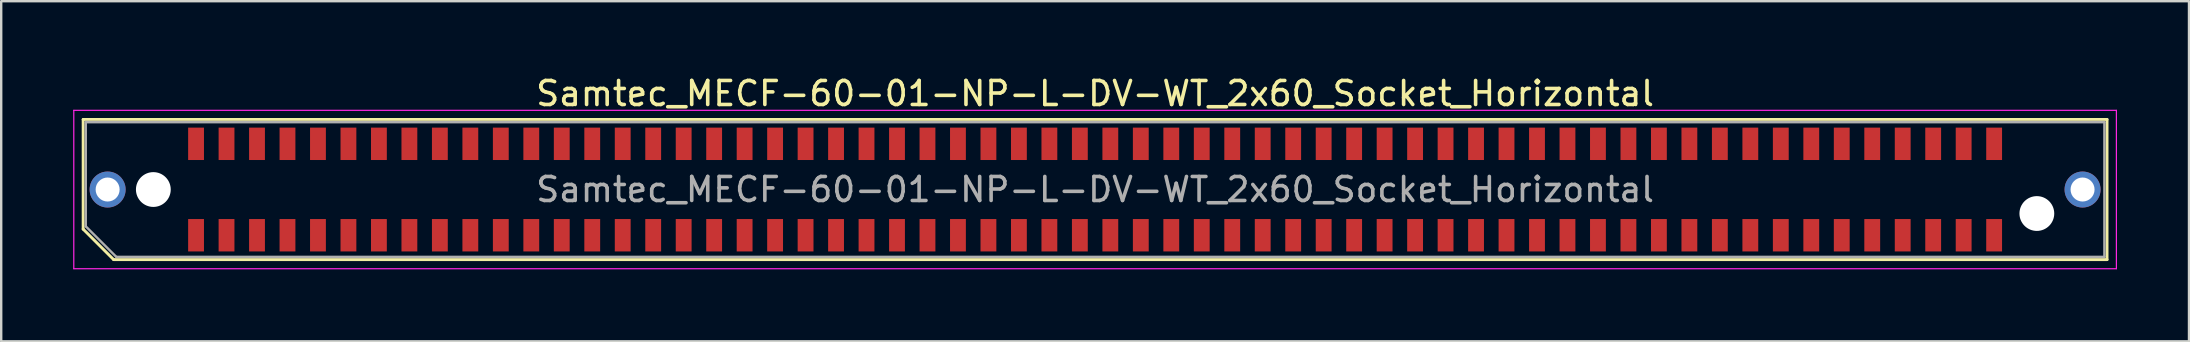
<source format=kicad_pcb>
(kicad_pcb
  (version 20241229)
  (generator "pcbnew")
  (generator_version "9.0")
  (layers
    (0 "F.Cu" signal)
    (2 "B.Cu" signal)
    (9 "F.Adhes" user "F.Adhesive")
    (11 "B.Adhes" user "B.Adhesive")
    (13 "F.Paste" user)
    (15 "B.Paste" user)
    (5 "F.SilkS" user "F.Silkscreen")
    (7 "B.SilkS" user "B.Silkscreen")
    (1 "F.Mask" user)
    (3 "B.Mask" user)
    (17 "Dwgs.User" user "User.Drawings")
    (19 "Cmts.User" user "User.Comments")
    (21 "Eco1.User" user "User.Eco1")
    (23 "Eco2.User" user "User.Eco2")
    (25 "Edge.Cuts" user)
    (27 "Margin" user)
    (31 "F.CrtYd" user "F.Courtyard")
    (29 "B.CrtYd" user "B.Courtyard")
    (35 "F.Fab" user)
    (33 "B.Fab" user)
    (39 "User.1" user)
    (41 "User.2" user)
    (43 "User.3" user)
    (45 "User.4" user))
  (footprint "Samtec_MECF-60-01-NP-L-DV-WT_2x60_Socket_Horizontal"
    (layer "F.Cu")
    (at 42.585 4.848)
    (property "Reference" "Samtec_MECF-60-01-NP-L-DV-WT_2x60_Socket_Horizontal" (at 0 -4 0) (layer "F.SilkS") (effects (font (size 1 1) (thickness 0.15))))
    (attr smd)
    (fp_line (start -42.17 -2.92) (end 42.17 -2.92) (stroke (width 0.12) (type solid)) (layer "F.SilkS"))
    (fp_line (start -42.17 1.65) (end -42.17 -2.92) (stroke (width 0.12) (type solid)) (layer "F.SilkS"))
    (fp_line (start -40.9 2.92) (end -42.17 1.65) (stroke (width 0.12) (type solid)) (layer "F.SilkS"))
    (fp_line (start -40.9 2.92) (end 42.17 2.92) (stroke (width 0.12) (type solid)) (layer "F.SilkS"))
    (fp_line (start 42.17 2.92) (end 42.17 -2.92) (stroke (width 0.12) (type solid)) (layer "F.SilkS"))
    (fp_line (start -42.56 -3.3) (end -42.56 3.3) (stroke (width 0.05) (type solid)) (layer "F.CrtYd"))
    (fp_line (start -42.56 3.3) (end 42.56 3.3) (stroke (width 0.05) (type solid)) (layer "F.CrtYd"))
    (fp_line (start 42.56 -3.3) (end -42.56 -3.3) (stroke (width 0.05) (type solid)) (layer "F.CrtYd"))
    (fp_line (start 42.56 3.3) (end 42.56 -3.3) (stroke (width 0.05) (type solid)) (layer "F.CrtYd"))
    (fp_line (start -42.06 -2.805) (end 42.06 -2.805) (stroke (width 0.1) (type solid)) (layer "F.Fab"))
    (fp_line (start -42.06 1.535) (end -42.06 -2.805) (stroke (width 0.1) (type solid)) (layer "F.Fab"))
    (fp_line (start -42.06 1.535) (end -40.79 2.805) (stroke (width 0.1) (type solid)) (layer "F.Fab"))
    (fp_line (start -40.79 2.805) (end 42.06 2.805) (stroke (width 0.1) (type solid)) (layer "F.Fab"))
    (fp_line (start 42.06 2.805) (end 42.06 -2.805) (stroke (width 0.1) (type solid)) (layer "F.Fab"))
    (fp_text user "${REFERENCE}" (at 0 0 0) (layer "F.Fab") (effects (font (size 1 1) (thickness 0.15))))
    (pad "" thru_hole circle (at -41.15 0) (size 1.5 1.5) (drill 1) (layers "*.Cu" "*.Mask"))
    (pad "" np_thru_hole circle (at -39.245 0) (size 1.45 1.45) (drill 1.45) (layers "*.Cu" "*.Mask"))
    (pad "" np_thru_hole circle (at 39.245 1) (size 1.45 1.45) (drill 1.45) (layers "*.Cu" "*.Mask"))
    (pad "" thru_hole circle (at 41.15 0) (size 1.5 1.5) (drill 1) (layers "*.Cu" "*.Mask"))
    (pad "1" smd rect (at -37.465 1.905) (size 0.66 1.35) (layers "F.Cu" "F.Mask" "F.Paste"))
    (pad "2" smd rect (at -37.465 -1.905) (size 0.66 1.35) (layers "F.Cu" "F.Mask" "F.Paste"))
    (pad "3" smd rect (at -36.195 1.905) (size 0.66 1.35) (layers "F.Cu" "F.Mask" "F.Paste"))
    (pad "4" smd rect (at -36.195 -1.905) (size 0.66 1.35) (layers "F.Cu" "F.Mask" "F.Paste"))
    (pad "5" smd rect (at -34.925 1.905) (size 0.66 1.35) (layers "F.Cu" "F.Mask" "F.Paste"))
    (pad "6" smd rect (at -34.925 -1.905) (size 0.66 1.35) (layers "F.Cu" "F.Mask" "F.Paste"))
    (pad "7" smd rect (at -33.655 1.905) (size 0.66 1.35) (layers "F.Cu" "F.Mask" "F.Paste"))
    (pad "8" smd rect (at -33.655 -1.905) (size 0.66 1.35) (layers "F.Cu" "F.Mask" "F.Paste"))
    (pad "9" smd rect (at -32.385 1.905) (size 0.66 1.35) (layers "F.Cu" "F.Mask" "F.Paste"))
    (pad "10" smd rect (at -32.385 -1.905) (size 0.66 1.35) (layers "F.Cu" "F.Mask" "F.Paste"))
    (pad "11" smd rect (at -31.115 1.905) (size 0.66 1.35) (layers "F.Cu" "F.Mask" "F.Paste"))
    (pad "12" smd rect (at -31.115 -1.905) (size 0.66 1.35) (layers "F.Cu" "F.Mask" "F.Paste"))
    (pad "13" smd rect (at -29.845 1.905) (size 0.66 1.35) (layers "F.Cu" "F.Mask" "F.Paste"))
    (pad "14" smd rect (at -29.845 -1.905) (size 0.66 1.35) (layers "F.Cu" "F.Mask" "F.Paste"))
    (pad "15" smd rect (at -28.575 1.905) (size 0.66 1.35) (layers "F.Cu" "F.Mask" "F.Paste"))
    (pad "16" smd rect (at -28.575 -1.905) (size 0.66 1.35) (layers "F.Cu" "F.Mask" "F.Paste"))
    (pad "17" smd rect (at -27.305 1.905) (size 0.66 1.35) (layers "F.Cu" "F.Mask" "F.Paste"))
    (pad "18" smd rect (at -27.305 -1.905) (size 0.66 1.35) (layers "F.Cu" "F.Mask" "F.Paste"))
    (pad "19" smd rect (at -26.035 1.905) (size 0.66 1.35) (layers "F.Cu" "F.Mask" "F.Paste"))
    (pad "20" smd rect (at -26.035 -1.905) (size 0.66 1.35) (layers "F.Cu" "F.Mask" "F.Paste"))
    (pad "21" smd rect (at -24.765 1.905) (size 0.66 1.35) (layers "F.Cu" "F.Mask" "F.Paste"))
    (pad "22" smd rect (at -24.765 -1.905) (size 0.66 1.35) (layers "F.Cu" "F.Mask" "F.Paste"))
    (pad "23" smd rect (at -23.495 1.905) (size 0.66 1.35) (layers "F.Cu" "F.Mask" "F.Paste"))
    (pad "24" smd rect (at -23.495 -1.905) (size 0.66 1.35) (layers "F.Cu" "F.Mask" "F.Paste"))
    (pad "25" smd rect (at -22.225 1.905) (size 0.66 1.35) (layers "F.Cu" "F.Mask" "F.Paste"))
    (pad "26" smd rect (at -22.225 -1.905) (size 0.66 1.35) (layers "F.Cu" "F.Mask" "F.Paste"))
    (pad "27" smd rect (at -20.955 1.905) (size 0.66 1.35) (layers "F.Cu" "F.Mask" "F.Paste"))
    (pad "28" smd rect (at -20.955 -1.905) (size 0.66 1.35) (layers "F.Cu" "F.Mask" "F.Paste"))
    (pad "29" smd rect (at -19.685 1.905) (size 0.66 1.35) (layers "F.Cu" "F.Mask" "F.Paste"))
    (pad "30" smd rect (at -19.685 -1.905) (size 0.66 1.35) (layers "F.Cu" "F.Mask" "F.Paste"))
    (pad "31" smd rect (at -18.415 1.905) (size 0.66 1.35) (layers "F.Cu" "F.Mask" "F.Paste"))
    (pad "32" smd rect (at -18.415 -1.905) (size 0.66 1.35) (layers "F.Cu" "F.Mask" "F.Paste"))
    (pad "33" smd rect (at -17.145 1.905) (size 0.66 1.35) (layers "F.Cu" "F.Mask" "F.Paste"))
    (pad "34" smd rect (at -17.145 -1.905) (size 0.66 1.35) (layers "F.Cu" "F.Mask" "F.Paste"))
    (pad "35" smd rect (at -15.875 1.905) (size 0.66 1.35) (layers "F.Cu" "F.Mask" "F.Paste"))
    (pad "36" smd rect (at -15.875 -1.905) (size 0.66 1.35) (layers "F.Cu" "F.Mask" "F.Paste"))
    (pad "37" smd rect (at -14.605 1.905) (size 0.66 1.35) (layers "F.Cu" "F.Mask" "F.Paste"))
    (pad "38" smd rect (at -14.605 -1.905) (size 0.66 1.35) (layers "F.Cu" "F.Mask" "F.Paste"))
    (pad "39" smd rect (at -13.335 1.905) (size 0.66 1.35) (layers "F.Cu" "F.Mask" "F.Paste"))
    (pad "40" smd rect (at -13.335 -1.905) (size 0.66 1.35) (layers "F.Cu" "F.Mask" "F.Paste"))
    (pad "41" smd rect (at -12.065 1.905) (size 0.66 1.35) (layers "F.Cu" "F.Mask" "F.Paste"))
    (pad "42" smd rect (at -12.065 -1.905) (size 0.66 1.35) (layers "F.Cu" "F.Mask" "F.Paste"))
    (pad "43" smd rect (at -10.795 1.905) (size 0.66 1.35) (layers "F.Cu" "F.Mask" "F.Paste"))
    (pad "44" smd rect (at -10.795 -1.905) (size 0.66 1.35) (layers "F.Cu" "F.Mask" "F.Paste"))
    (pad "45" smd rect (at -9.525 1.905) (size 0.66 1.35) (layers "F.Cu" "F.Mask" "F.Paste"))
    (pad "46" smd rect (at -9.525 -1.905) (size 0.66 1.35) (layers "F.Cu" "F.Mask" "F.Paste"))
    (pad "47" smd rect (at -8.255 1.905) (size 0.66 1.35) (layers "F.Cu" "F.Mask" "F.Paste"))
    (pad "48" smd rect (at -8.255 -1.905) (size 0.66 1.35) (layers "F.Cu" "F.Mask" "F.Paste"))
    (pad "49" smd rect (at -6.985 1.905) (size 0.66 1.35) (layers "F.Cu" "F.Mask" "F.Paste"))
    (pad "50" smd rect (at -6.985 -1.905) (size 0.66 1.35) (layers "F.Cu" "F.Mask" "F.Paste"))
    (pad "51" smd rect (at -5.715 1.905) (size 0.66 1.35) (layers "F.Cu" "F.Mask" "F.Paste"))
    (pad "52" smd rect (at -5.715 -1.905) (size 0.66 1.35) (layers "F.Cu" "F.Mask" "F.Paste"))
    (pad "53" smd rect (at -4.445 1.905) (size 0.66 1.35) (layers "F.Cu" "F.Mask" "F.Paste"))
    (pad "54" smd rect (at -4.445 -1.905) (size 0.66 1.35) (layers "F.Cu" "F.Mask" "F.Paste"))
    (pad "55" smd rect (at -3.175 1.905) (size 0.66 1.35) (layers "F.Cu" "F.Mask" "F.Paste"))
    (pad "56" smd rect (at -3.175 -1.905) (size 0.66 1.35) (layers "F.Cu" "F.Mask" "F.Paste"))
    (pad "57" smd rect (at -1.905 1.905) (size 0.66 1.35) (layers "F.Cu" "F.Mask" "F.Paste"))
    (pad "58" smd rect (at -1.905 -1.905) (size 0.66 1.35) (layers "F.Cu" "F.Mask" "F.Paste"))
    (pad "59" smd rect (at -0.635 1.905) (size 0.66 1.35) (layers "F.Cu" "F.Mask" "F.Paste"))
    (pad "60" smd rect (at -0.635 -1.905) (size 0.66 1.35) (layers "F.Cu" "F.Mask" "F.Paste"))
    (pad "61" smd rect (at 0.635 1.905) (size 0.66 1.35) (layers "F.Cu" "F.Mask" "F.Paste"))
    (pad "62" smd rect (at 0.635 -1.905) (size 0.66 1.35) (layers "F.Cu" "F.Mask" "F.Paste"))
    (pad "63" smd rect (at 1.905 1.905) (size 0.66 1.35) (layers "F.Cu" "F.Mask" "F.Paste"))
    (pad "64" smd rect (at 1.905 -1.905) (size 0.66 1.35) (layers "F.Cu" "F.Mask" "F.Paste"))
    (pad "65" smd rect (at 3.175 1.905) (size 0.66 1.35) (layers "F.Cu" "F.Mask" "F.Paste"))
    (pad "66" smd rect (at 3.175 -1.905) (size 0.66 1.35) (layers "F.Cu" "F.Mask" "F.Paste"))
    (pad "67" smd rect (at 4.445 1.905) (size 0.66 1.35) (layers "F.Cu" "F.Mask" "F.Paste"))
    (pad "68" smd rect (at 4.445 -1.905) (size 0.66 1.35) (layers "F.Cu" "F.Mask" "F.Paste"))
    (pad "69" smd rect (at 5.715 1.905) (size 0.66 1.35) (layers "F.Cu" "F.Mask" "F.Paste"))
    (pad "70" smd rect (at 5.715 -1.905) (size 0.66 1.35) (layers "F.Cu" "F.Mask" "F.Paste"))
    (pad "71" smd rect (at 6.985 1.905) (size 0.66 1.35) (layers "F.Cu" "F.Mask" "F.Paste"))
    (pad "72" smd rect (at 6.985 -1.905) (size 0.66 1.35) (layers "F.Cu" "F.Mask" "F.Paste"))
    (pad "73" smd rect (at 8.255 1.905) (size 0.66 1.35) (layers "F.Cu" "F.Mask" "F.Paste"))
    (pad "74" smd rect (at 8.255 -1.905) (size 0.66 1.35) (layers "F.Cu" "F.Mask" "F.Paste"))
    (pad "75" smd rect (at 9.525 1.905) (size 0.66 1.35) (layers "F.Cu" "F.Mask" "F.Paste"))
    (pad "76" smd rect (at 9.525 -1.905) (size 0.66 1.35) (layers "F.Cu" "F.Mask" "F.Paste"))
    (pad "77" smd rect (at 10.795 1.905) (size 0.66 1.35) (layers "F.Cu" "F.Mask" "F.Paste"))
    (pad "78" smd rect (at 10.795 -1.905) (size 0.66 1.35) (layers "F.Cu" "F.Mask" "F.Paste"))
    (pad "79" smd rect (at 12.065 1.905) (size 0.66 1.35) (layers "F.Cu" "F.Mask" "F.Paste"))
    (pad "80" smd rect (at 12.065 -1.905) (size 0.66 1.35) (layers "F.Cu" "F.Mask" "F.Paste"))
    (pad "81" smd rect (at 13.335 1.905) (size 0.66 1.35) (layers "F.Cu" "F.Mask" "F.Paste"))
    (pad "82" smd rect (at 13.335 -1.905) (size 0.66 1.35) (layers "F.Cu" "F.Mask" "F.Paste"))
    (pad "83" smd rect (at 14.605 1.905) (size 0.66 1.35) (layers "F.Cu" "F.Mask" "F.Paste"))
    (pad "84" smd rect (at 14.605 -1.905) (size 0.66 1.35) (layers "F.Cu" "F.Mask" "F.Paste"))
    (pad "85" smd rect (at 15.875 1.905) (size 0.66 1.35) (layers "F.Cu" "F.Mask" "F.Paste"))
    (pad "86" smd rect (at 15.875 -1.905) (size 0.66 1.35) (layers "F.Cu" "F.Mask" "F.Paste"))
    (pad "87" smd rect (at 17.145 1.905) (size 0.66 1.35) (layers "F.Cu" "F.Mask" "F.Paste"))
    (pad "88" smd rect (at 17.145 -1.905) (size 0.66 1.35) (layers "F.Cu" "F.Mask" "F.Paste"))
    (pad "89" smd rect (at 18.415 1.905) (size 0.66 1.35) (layers "F.Cu" "F.Mask" "F.Paste"))
    (pad "90" smd rect (at 18.415 -1.905) (size 0.66 1.35) (layers "F.Cu" "F.Mask" "F.Paste"))
    (pad "91" smd rect (at 19.685 1.905) (size 0.66 1.35) (layers "F.Cu" "F.Mask" "F.Paste"))
    (pad "92" smd rect (at 19.685 -1.905) (size 0.66 1.35) (layers "F.Cu" "F.Mask" "F.Paste"))
    (pad "93" smd rect (at 20.955 1.905) (size 0.66 1.35) (layers "F.Cu" "F.Mask" "F.Paste"))
    (pad "94" smd rect (at 20.955 -1.905) (size 0.66 1.35) (layers "F.Cu" "F.Mask" "F.Paste"))
    (pad "95" smd rect (at 22.225 1.905) (size 0.66 1.35) (layers "F.Cu" "F.Mask" "F.Paste"))
    (pad "96" smd rect (at 22.225 -1.905) (size 0.66 1.35) (layers "F.Cu" "F.Mask" "F.Paste"))
    (pad "97" smd rect (at 23.495 1.905) (size 0.66 1.35) (layers "F.Cu" "F.Mask" "F.Paste"))
    (pad "98" smd rect (at 23.495 -1.905) (size 0.66 1.35) (layers "F.Cu" "F.Mask" "F.Paste"))
    (pad "99" smd rect (at 24.765 1.905) (size 0.66 1.35) (layers "F.Cu" "F.Mask" "F.Paste"))
    (pad "100" smd rect (at 24.765 -1.905) (size 0.66 1.35) (layers "F.Cu" "F.Mask" "F.Paste"))
    (pad "101" smd rect (at 26.035 1.905) (size 0.66 1.35) (layers "F.Cu" "F.Mask" "F.Paste"))
    (pad "102" smd rect (at 26.035 -1.905) (size 0.66 1.35) (layers "F.Cu" "F.Mask" "F.Paste"))
    (pad "103" smd rect (at 27.305 1.905) (size 0.66 1.35) (layers "F.Cu" "F.Mask" "F.Paste"))
    (pad "104" smd rect (at 27.305 -1.905) (size 0.66 1.35) (layers "F.Cu" "F.Mask" "F.Paste"))
    (pad "105" smd rect (at 28.575 1.905) (size 0.66 1.35) (layers "F.Cu" "F.Mask" "F.Paste"))
    (pad "106" smd rect (at 28.575 -1.905) (size 0.66 1.35) (layers "F.Cu" "F.Mask" "F.Paste"))
    (pad "107" smd rect (at 29.845 1.905) (size 0.66 1.35) (layers "F.Cu" "F.Mask" "F.Paste"))
    (pad "108" smd rect (at 29.845 -1.905) (size 0.66 1.35) (layers "F.Cu" "F.Mask" "F.Paste"))
    (pad "109" smd rect (at 31.115 1.905) (size 0.66 1.35) (layers "F.Cu" "F.Mask" "F.Paste"))
    (pad "110" smd rect (at 31.115 -1.905) (size 0.66 1.35) (layers "F.Cu" "F.Mask" "F.Paste"))
    (pad "111" smd rect (at 32.385 1.905) (size 0.66 1.35) (layers "F.Cu" "F.Mask" "F.Paste"))
    (pad "112" smd rect (at 32.385 -1.905) (size 0.66 1.35) (layers "F.Cu" "F.Mask" "F.Paste"))
    (pad "113" smd rect (at 33.655 1.905) (size 0.66 1.35) (layers "F.Cu" "F.Mask" "F.Paste"))
    (pad "114" smd rect (at 33.655 -1.905) (size 0.66 1.35) (layers "F.Cu" "F.Mask" "F.Paste"))
    (pad "115" smd rect (at 34.925 1.905) (size 0.66 1.35) (layers "F.Cu" "F.Mask" "F.Paste"))
    (pad "116" smd rect (at 34.925 -1.905) (size 0.66 1.35) (layers "F.Cu" "F.Mask" "F.Paste"))
    (pad "117" smd rect (at 36.195 1.905) (size 0.66 1.35) (layers "F.Cu" "F.Mask" "F.Paste"))
    (pad "118" smd rect (at 36.195 -1.905) (size 0.66 1.35) (layers "F.Cu" "F.Mask" "F.Paste"))
    (pad "119" smd rect (at 37.465 1.905) (size 0.66 1.35) (layers "F.Cu" "F.Mask" "F.Paste"))
    (pad "120" smd rect (at 37.465 -1.905) (size 0.66 1.35) (layers "F.Cu" "F.Mask" "F.Paste")))
  (gr_rect
    (start -3 -3)
    (end 88.17 11.173)
    (stroke (width 0.1) (type default))
    (fill no)
    (layer "Edge.Cuts")))
</source>
